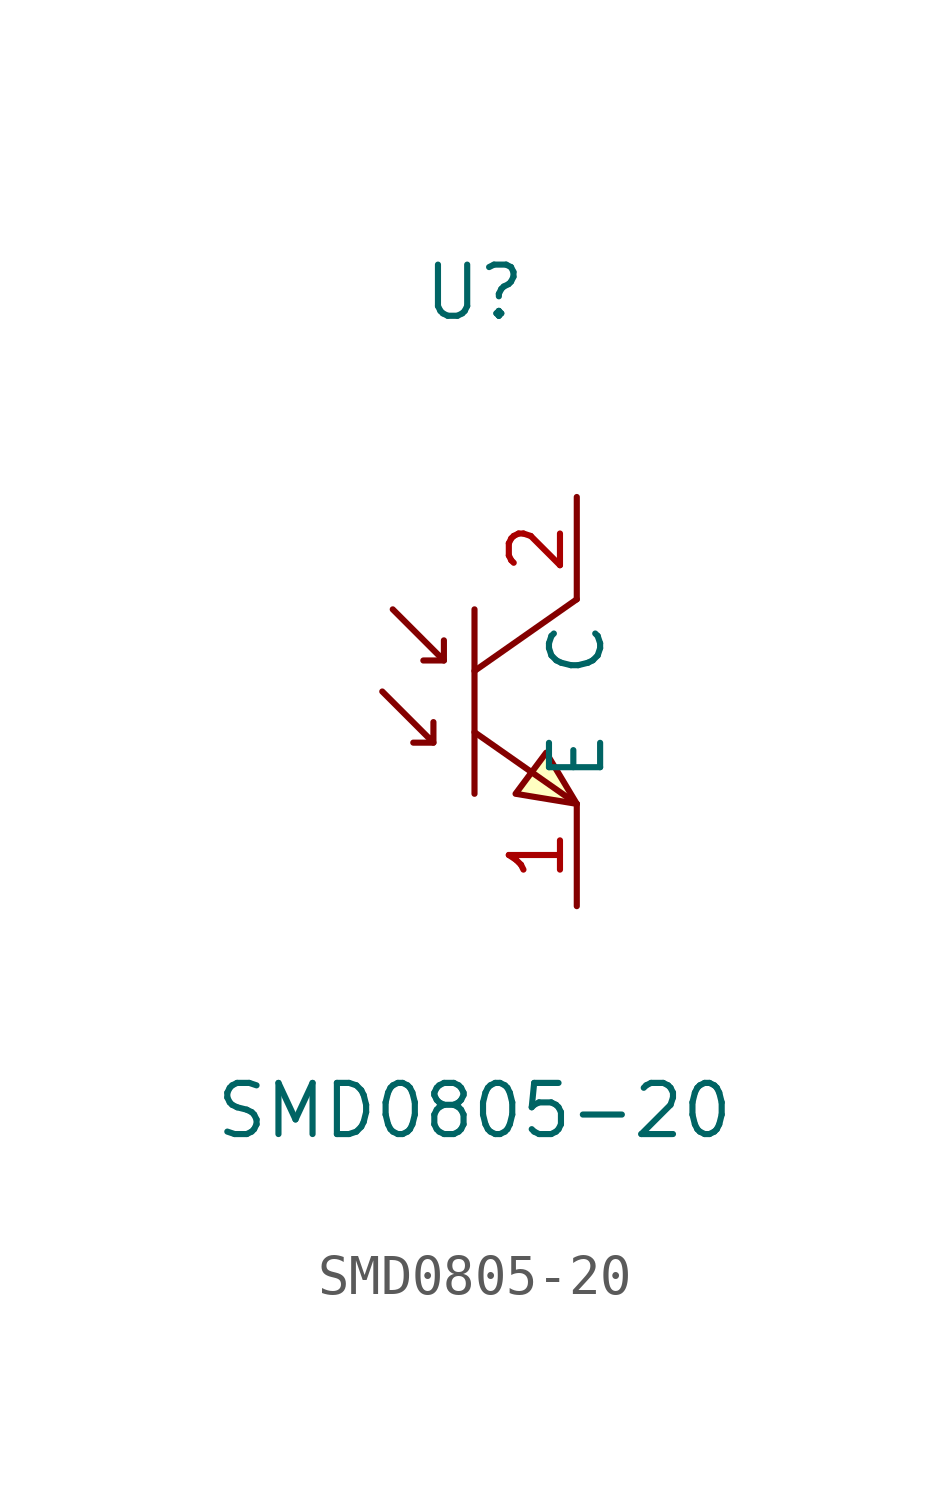
<source format=kicad_sym>
(kicad_symbol_lib
  (version 20211014)
  (generator https://github.com/uPesy/easyeda2kicad.py)
  (symbol "SMD0805-20"
    (property "Reference" "U"
      (at 0 10.16 0)
      (effects (font (size 1.27 1.27))))
    (property "Value" "SMD0805-20"
      (at 0 -10.16 0)
      (effects (font (size 1.27 1.27))))
    (symbol "SMD0805-20_0_1"
      (polyline (pts (xy 0.00 2.29) (xy 0.00 -2.29)) (stroke (width 0) (type default) (color 0 0 0 0)) (fill (type none)))
      (polyline (pts (xy 0.00 -0.76) (xy 2.54 -2.54)) (stroke (width 0) (type default) (color 0 0 0 0)) (fill (type none)))
      (polyline (pts (xy 2.54 2.54) (xy 0.00 0.76)) (stroke (width 0) (type default) (color 0 0 0 0)) (fill (type none)))
      (polyline (pts (xy -2.03 2.29) (xy -0.76 1.02) (xy -0.76 1.52)) (stroke (width 0) (type default) (color 0 0 0 0)) (fill (type none)))
      (polyline (pts (xy -0.76 1.02) (xy -1.27 1.02)) (stroke (width 0) (type default) (color 0 0 0 0)) (fill (type none)))
      (polyline (pts (xy -1.02 -1.02) (xy -1.52 -1.02)) (stroke (width 0) (type default) (color 0 0 0 0)) (fill (type none)))
      (polyline (pts (xy -2.29 0.25) (xy -1.02 -1.02) (xy -1.02 -0.51)) (stroke (width 0) (type default) (color 0 0 0 0)) (fill (type none)))
      (polyline (pts (xy 2.54 -2.54) (xy 1.78 -1.27) (xy 1.02 -2.29) (xy 2.54 -2.54)) (stroke (width 0) (type default) (color 0 0 0 0)) (fill (type background)))
      (pin unspecified line (at 2.54 -5.08 90) (length 2.54) (name "E" (effects (font (size 1.27 1.27)))) (number "1" (effects (font (size 1.27 1.27)))))
      (pin unspecified line (at 2.54 5.08 270) (length 2.54) (name "C" (effects (font (size 1.27 1.27)))) (number "2" (effects (font (size 1.27 1.27))))))))
</source>
